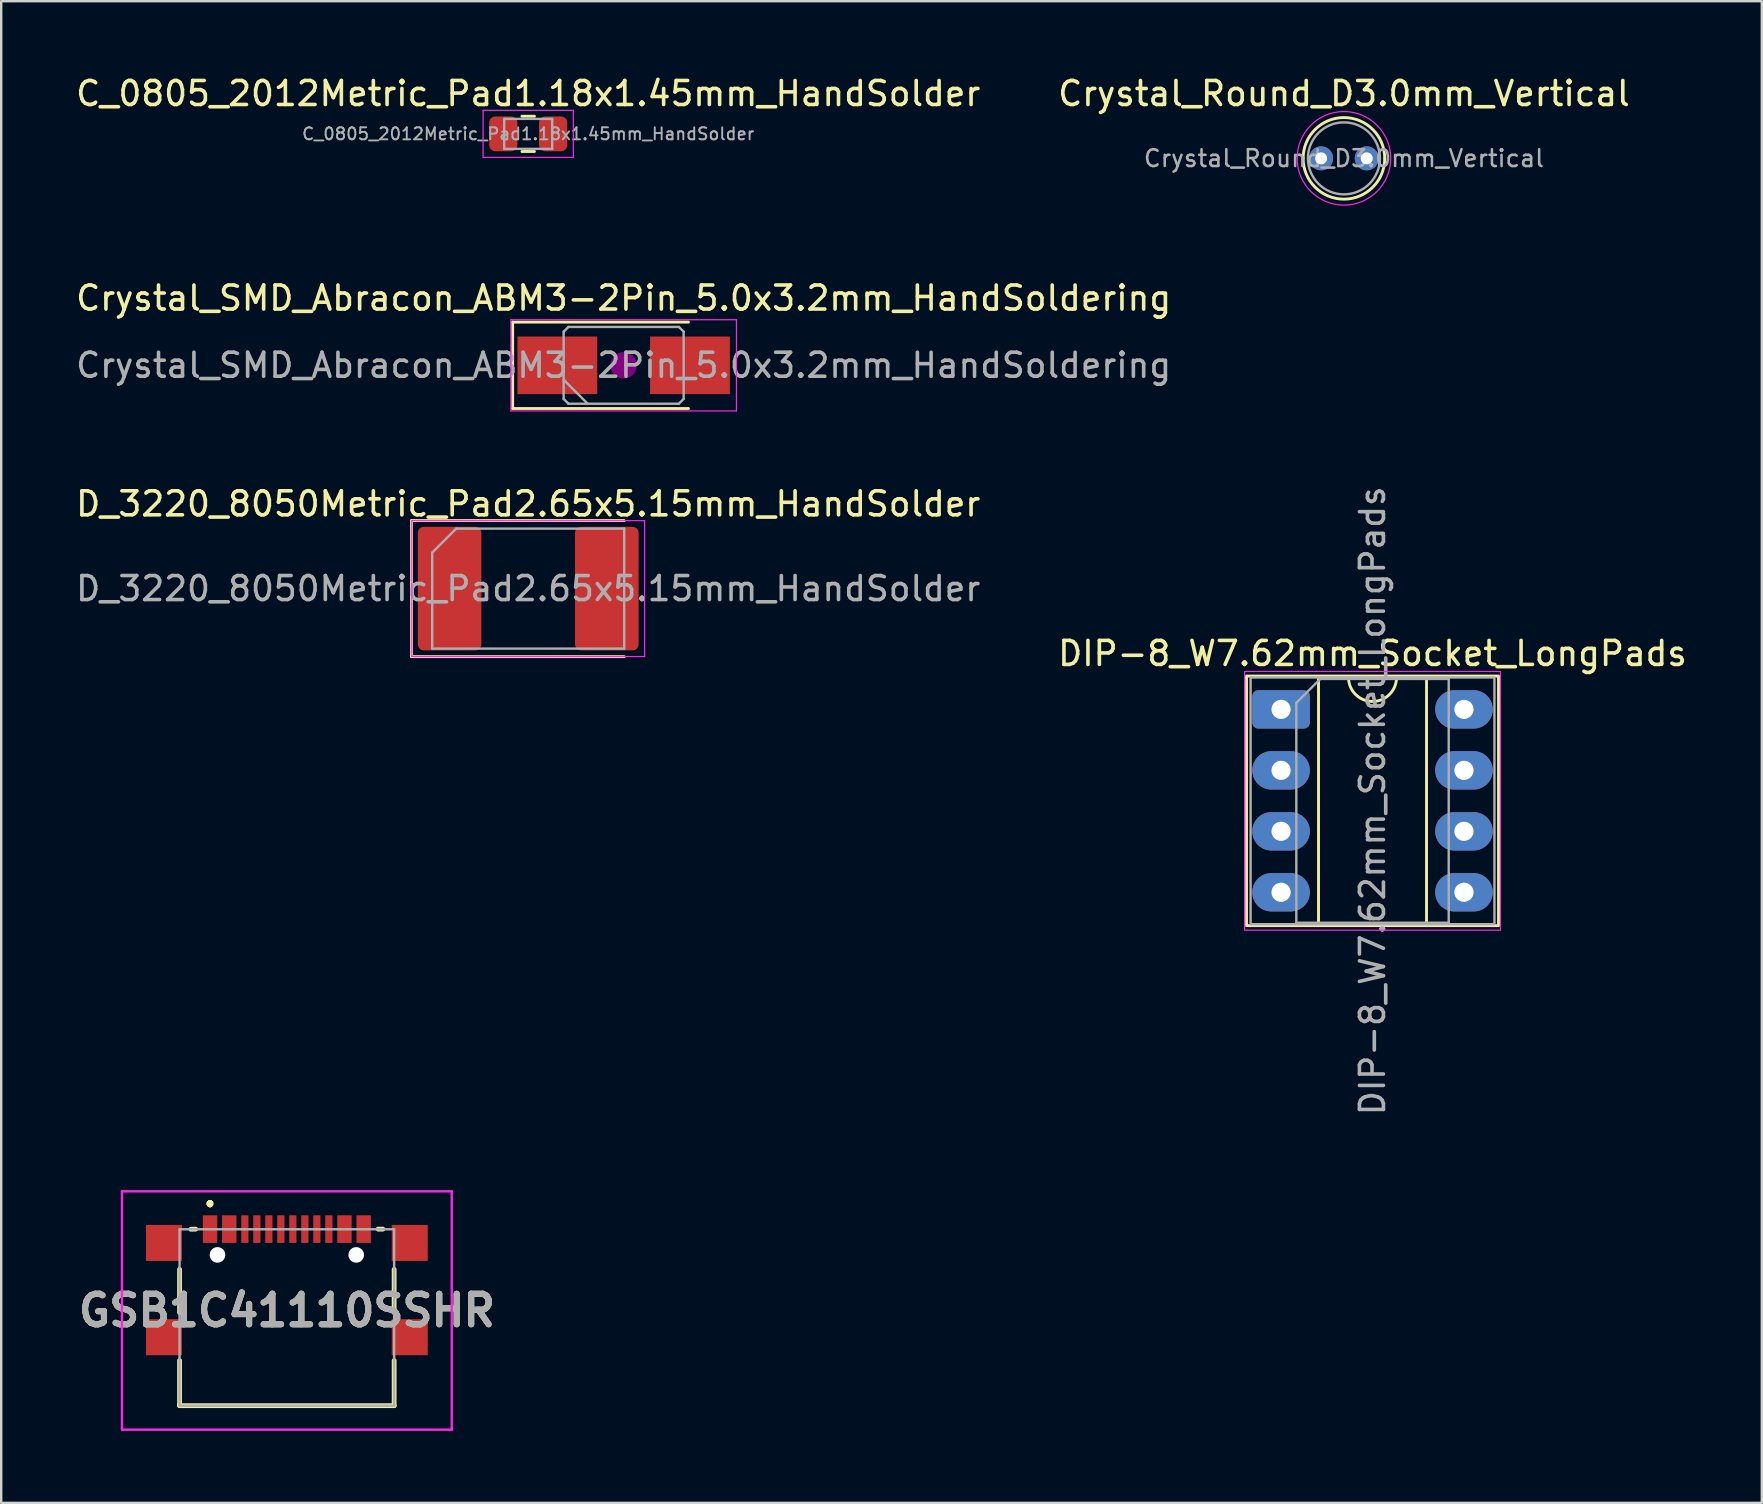
<source format=kicad_pcb>
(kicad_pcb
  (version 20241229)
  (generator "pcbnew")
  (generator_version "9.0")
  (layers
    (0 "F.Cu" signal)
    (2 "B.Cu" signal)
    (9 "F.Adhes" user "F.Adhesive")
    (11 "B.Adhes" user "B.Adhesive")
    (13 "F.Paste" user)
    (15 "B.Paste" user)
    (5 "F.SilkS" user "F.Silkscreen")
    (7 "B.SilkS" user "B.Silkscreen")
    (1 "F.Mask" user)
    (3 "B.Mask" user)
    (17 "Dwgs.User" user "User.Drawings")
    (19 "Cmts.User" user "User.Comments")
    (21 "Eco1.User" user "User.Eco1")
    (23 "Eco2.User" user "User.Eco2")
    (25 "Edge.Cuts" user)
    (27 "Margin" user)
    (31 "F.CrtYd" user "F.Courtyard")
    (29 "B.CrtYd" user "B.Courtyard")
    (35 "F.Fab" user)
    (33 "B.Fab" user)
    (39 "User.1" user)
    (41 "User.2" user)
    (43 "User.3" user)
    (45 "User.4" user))
  (footprint "Crystal_Round_D3.0mm_Vertical"
    (layer "F.Cu")
    (at 51.996 3.548)
    (property "Reference" "Crystal_Round_D3.0mm_Vertical" (at 0.95 -2.7 0) (layer "F.SilkS") (effects (font (size 1 1) (thickness 0.15))))
    (attr through_hole)
    (fp_arc (start -0.75 0) (mid 0.95 -1.7) (end 2.65 0) (stroke (width 0.12) (type solid)) (layer "F.SilkS"))
    (fp_arc (start 2.65 0) (mid 0.95 1.7) (end -0.75 0) (stroke (width 0.12) (type solid)) (layer "F.SilkS"))
    (fp_circle (center 0.95 0) (end 2.9 0) (stroke (width 0.05) (type solid)) (fill no) (layer "F.CrtYd"))
    (fp_circle (center 0.95 0) (end 2.45 0) (stroke (width 0.1) (type solid)) (fill no) (layer "F.Fab"))
    (fp_text user "${REFERENCE}" (at 0.95 0 0) (layer "F.Fab") (effects (font (size 0.7 0.7) (thickness 0.105))))
    (pad "1" thru_hole circle (at 0 0) (size 1 1) (drill 0.5) (layers "*.Cu" "*.Mask"))
    (pad "2" thru_hole circle (at 1.9 0) (size 1 1) (drill 0.5) (layers "*.Cu" "*.Mask")))
  (footprint "GSB1C41110SSHR"
    (layer "F.Cu")
    (at 8.902 51.552)
    (property "Reference" "GSB1C41110SSHR" (at 0 0 180) (layer "F.SilkS") (effects (font (size 1.27 1.27) (thickness 0.254))))
    (attr through_hole)
    (fp_line (start -4.47 -1.712) (end -4.47 0.088) (stroke (width 0.2) (type solid)) (layer "F.SilkS"))
    (fp_line (start -4.47 2.088) (end -4.47 3.965) (stroke (width 0.2) (type solid)) (layer "F.SilkS"))
    (fp_line (start -4.47 3.965) (end 4.47 3.965) (stroke (width 0.2) (type solid)) (layer "F.SilkS"))
    (fp_line (start -4 -3.385) (end -3.8 -3.39) (stroke (width 0.2) (type solid)) (layer "F.SilkS"))
    (fp_line (start -3.2 -4.5) (end -3.2 -4.5) (stroke (width 0.2) (type solid)) (layer "F.SilkS"))
    (fp_line (start -3.2 -4.5) (end -3.2 -4.5) (stroke (width 0.2) (type solid)) (layer "F.SilkS"))
    (fp_line (start -3.2 -4.4) (end -3.2 -4.4) (stroke (width 0.2) (type solid)) (layer "F.SilkS"))
    (fp_line (start 3.8 -3.39) (end 4 -3.39) (stroke (width 0.2) (type solid)) (layer "F.SilkS"))
    (fp_line (start 4.47 0.088) (end 4.47 -1.712) (stroke (width 0.2) (type solid)) (layer "F.SilkS"))
    (fp_line (start 4.47 3.965) (end 4.47 2.088) (stroke (width 0.2) (type solid)) (layer "F.SilkS"))
    (fp_arc (start -3.2 -4.5) (mid -3.15 -4.45) (end -3.2 -4.4) (stroke (width 0.2) (type solid)) (layer "F.SilkS"))
    (fp_arc (start -3.2 -4.4) (mid -3.25 -4.45) (end -3.2 -4.5) (stroke (width 0.2) (type solid)) (layer "F.SilkS"))
    (fp_arc (start -3.2 -4.4) (mid -3.25 -4.45) (end -3.2 -4.5) (stroke (width 0.2) (type solid)) (layer "F.SilkS"))
    (fp_line (start -6.87 -4.965) (end 6.87 -4.965) (stroke (width 0.1) (type solid)) (layer "F.CrtYd"))
    (fp_line (start -6.87 4.965) (end -6.87 -4.965) (stroke (width 0.1) (type solid)) (layer "F.CrtYd"))
    (fp_line (start 6.87 -4.965) (end 6.87 4.965) (stroke (width 0.1) (type solid)) (layer "F.CrtYd"))
    (fp_line (start 6.87 4.965) (end -6.87 4.965) (stroke (width 0.1) (type solid)) (layer "F.CrtYd"))
    (fp_line (start -4.47 -3.385) (end -4.47 3.965) (stroke (width 0.1) (type solid)) (layer "F.Fab"))
    (fp_line (start -4.47 3.965) (end 4.47 3.965) (stroke (width 0.1) (type solid)) (layer "F.Fab"))
    (fp_line (start 4.47 -3.385) (end -4.47 -3.385) (stroke (width 0.1) (type solid)) (layer "F.Fab"))
    (fp_line (start 4.47 3.965) (end 4.47 -3.385) (stroke (width 0.1) (type solid)) (layer "F.Fab"))
    (fp_text user "${REFERENCE}" (at 0 0 180) (layer "F.Fab") (effects (font (size 1.27 1.27) (thickness 0.254))))
    (pad "" np_thru_hole circle (at -2.89 -2.315) (size 0.65 0.65) (drill 0.65) (layers "*.Cu" "*.Mask"))
    (pad "" np_thru_hole circle (at 2.89 -2.315) (size 0.65 0.65) (drill 0.65) (layers "*.Cu" "*.Mask"))
    (pad "A1" smd rect (at -3.2 -3.39) (size 0.6 1.15) (layers "F.Cu" "F.Mask" "F.Paste"))
    (pad "A4" smd rect (at -2.4 -3.39) (size 0.6 1.15) (layers "F.Cu" "F.Mask" "F.Paste"))
    (pad "A5" smd rect (at -1.25 -3.39) (size 0.3 1.15) (layers "F.Cu" "F.Mask" "F.Paste"))
    (pad "A6" smd rect (at -0.25 -3.39) (size 0.3 1.15) (layers "F.Cu" "F.Mask" "F.Paste"))
    (pad "A7" smd rect (at 0.25 -3.39) (size 0.3 1.15) (layers "F.Cu" "F.Mask" "F.Paste"))
    (pad "A8" smd rect (at 1.25 -3.39) (size 0.3 1.15) (layers "F.Cu" "F.Mask" "F.Paste"))
    (pad "A9" smd rect (at 2.4 -3.39) (size 0.6 1.15) (layers "F.Cu" "F.Mask" "F.Paste"))
    (pad "A12" smd rect (at 3.2 -3.39) (size 0.6 1.15) (layers "F.Cu" "F.Mask" "F.Paste"))
    (pad "B5" smd rect (at 1.75 -3.39) (size 0.3 1.15) (layers "F.Cu" "F.Mask" "F.Paste"))
    (pad "B6" smd rect (at 0.75 -3.39) (size 0.3 1.15) (layers "F.Cu" "F.Mask" "F.Paste"))
    (pad "B7" smd rect (at -0.75 -3.39) (size 0.3 1.15) (layers "F.Cu" "F.Mask" "F.Paste"))
    (pad "B8" smd rect (at -1.75 -3.39) (size 0.3 1.15) (layers "F.Cu" "F.Mask" "F.Paste"))
    (pad "MP1" smd rect (at -5.12 -2.815 90) (size 1.5 1.5) (layers "F.Cu" "F.Mask" "F.Paste"))
    (pad "MP2" smd rect (at 5.12 -2.815 90) (size 1.5 1.5) (layers "F.Cu" "F.Mask" "F.Paste"))
    (pad "MP3" smd rect (at -5.12 1.115 90) (size 1.5 1.5) (layers "F.Cu" "F.Mask" "F.Paste"))
    (pad "MP4" smd rect (at 5.12 1.115 90) (size 1.5 1.5) (layers "F.Cu" "F.Mask" "F.Paste")))
  (footprint "D_3220_8050Metric_Pad2.65x5.15mm_HandSolder"
    (layer "F.Cu")
    (at 18.958 21.475)
    (property "Reference" "D_3220_8050Metric_Pad2.65x5.15mm_HandSolder" (at 0 -3.53 0) (layer "F.SilkS") (effects (font (size 1 1) (thickness 0.15))))
    (attr smd)
    (fp_line (start -4.86 -2.835) (end -4.86 2.835) (stroke (width 0.12) (type solid)) (layer "F.SilkS"))
    (fp_line (start -4.86 2.835) (end 4 2.835) (stroke (width 0.12) (type solid)) (layer "F.SilkS"))
    (fp_line (start 4 -2.835) (end -4.86 -2.835) (stroke (width 0.12) (type solid)) (layer "F.SilkS"))
    (fp_line (start -4.85 -2.83) (end 4.85 -2.83) (stroke (width 0.05) (type solid)) (layer "F.CrtYd"))
    (fp_line (start -4.85 2.83) (end -4.85 -2.83) (stroke (width 0.05) (type solid)) (layer "F.CrtYd"))
    (fp_line (start 4.85 -2.83) (end 4.85 2.83) (stroke (width 0.05) (type solid)) (layer "F.CrtYd"))
    (fp_line (start 4.85 2.83) (end -4.85 2.83) (stroke (width 0.05) (type solid)) (layer "F.CrtYd"))
    (fp_line (start -4 -1.5) (end -4 2.5) (stroke (width 0.1) (type solid)) (layer "F.Fab"))
    (fp_line (start -4 2.5) (end 4 2.5) (stroke (width 0.1) (type solid)) (layer "F.Fab"))
    (fp_line (start -3 -2.5) (end -4 -1.5) (stroke (width 0.1) (type solid)) (layer "F.Fab"))
    (fp_line (start 4 -2.5) (end -3 -2.5) (stroke (width 0.1) (type solid)) (layer "F.Fab"))
    (fp_line (start 4 2.5) (end 4 -2.5) (stroke (width 0.1) (type solid)) (layer "F.Fab"))
    (fp_text user "${REFERENCE}" (at 0 0 0) (layer "F.Fab") (effects (font (size 1 1) (thickness 0.15))))
    (pad "1" smd roundrect (at -3.275 0) (size 2.65 5.15) (layers "F.Cu" "F.Mask" "F.Paste") (roundrect_rratio 0.094))
    (pad "2" smd roundrect (at 3.275 0) (size 2.65 5.15) (layers "F.Cu" "F.Mask" "F.Paste") (roundrect_rratio 0.094)))
  (footprint "Crystal_SMD_Abracon_ABM3-2Pin_5.0x3.2mm_HandSoldering"
    (layer "F.Cu")
    (at 22.935 12.171)
    (property "Reference" "Crystal_SMD_Abracon_ABM3-2Pin_5.0x3.2mm_HandSoldering" (at 0 -2.8 180) (layer "F.SilkS") (effects (font (size 1 1) (thickness 0.15))))
    (attr smd)
    (fp_line (start -4.625 -1.8) (end -4.625 1.8) (stroke (width 0.12) (type solid)) (layer "F.SilkS"))
    (fp_line (start -4.625 1.8) (end 2.7 1.8) (stroke (width 0.12) (type solid)) (layer "F.SilkS"))
    (fp_line (start 2.7 -1.8) (end -4.625 -1.8) (stroke (width 0.12) (type solid)) (layer "F.SilkS"))
    (fp_circle (center 0 0) (end 0.117 0) (stroke (width 0.233) (type solid)) (fill no) (layer "F.Adhes"))
    (fp_circle (center 0 0) (end 0.267 0) (stroke (width 0.167) (type solid)) (fill no) (layer "F.Adhes"))
    (fp_circle (center 0 0) (end 0.417 0) (stroke (width 0.167) (type solid)) (fill no) (layer "F.Adhes"))
    (fp_circle (center 0 0) (end 0.5 0) (stroke (width 0.1) (type solid)) (fill no) (layer "F.Adhes"))
    (fp_line (start -4.7 -1.9) (end -4.7 1.9) (stroke (width 0.05) (type solid)) (layer "F.CrtYd"))
    (fp_line (start -4.7 1.9) (end 4.7 1.9) (stroke (width 0.05) (type solid)) (layer "F.CrtYd"))
    (fp_line (start 4.7 -1.9) (end -4.7 -1.9) (stroke (width 0.05) (type solid)) (layer "F.CrtYd"))
    (fp_line (start 4.7 1.9) (end 4.7 -1.9) (stroke (width 0.05) (type solid)) (layer "F.CrtYd"))
    (fp_line (start -2.5 -1.4) (end -2.3 -1.6) (stroke (width 0.1) (type solid)) (layer "F.Fab"))
    (fp_line (start -2.5 0.6) (end -1.5 1.6) (stroke (width 0.1) (type solid)) (layer "F.Fab"))
    (fp_line (start -2.5 1.4) (end -2.5 -1.4) (stroke (width 0.1) (type solid)) (layer "F.Fab"))
    (fp_line (start -2.3 -1.6) (end 2.3 -1.6) (stroke (width 0.1) (type solid)) (layer "F.Fab"))
    (fp_line (start -2.3 1.6) (end -2.5 1.4) (stroke (width 0.1) (type solid)) (layer "F.Fab"))
    (fp_line (start 2.3 -1.6) (end 2.5 -1.4) (stroke (width 0.1) (type solid)) (layer "F.Fab"))
    (fp_line (start 2.3 1.6) (end -2.3 1.6) (stroke (width 0.1) (type solid)) (layer "F.Fab"))
    (fp_line (start 2.5 -1.4) (end 2.5 1.4) (stroke (width 0.1) (type solid)) (layer "F.Fab"))
    (fp_line (start 2.5 1.4) (end 2.3 1.6) (stroke (width 0.1) (type solid)) (layer "F.Fab"))
    (fp_text user "${REFERENCE}" (at 0 0 180) (layer "F.Fab") (effects (font (size 1 1) (thickness 0.15))))
    (pad "1" smd rect (at -2.763 0) (size 3.325 2.4) (layers "F.Cu" "F.Mask" "F.Paste"))
    (pad "2" smd rect (at 2.763 0) (size 3.325 2.4) (layers "F.Cu" "F.Mask" "F.Paste")))
  (footprint "C_0805_2012Metric_Pad1.18x1.45mm_HandSolder"
    (layer "F.Cu")
    (at 18.958 2.528)
    (property "Reference" "C_0805_2012Metric_Pad1.18x1.45mm_HandSolder" (at 0 -1.68 180) (layer "F.SilkS") (effects (font (size 1 1) (thickness 0.15))))
    (attr smd)
    (fp_line (start -0.261 -0.735) (end 0.261 -0.735) (stroke (width 0.12) (type solid)) (layer "F.SilkS"))
    (fp_line (start -0.261 0.735) (end 0.261 0.735) (stroke (width 0.12) (type solid)) (layer "F.SilkS"))
    (fp_line (start -1.88 -0.98) (end 1.88 -0.98) (stroke (width 0.05) (type solid)) (layer "F.CrtYd"))
    (fp_line (start -1.88 0.98) (end -1.88 -0.98) (stroke (width 0.05) (type solid)) (layer "F.CrtYd"))
    (fp_line (start 1.88 -0.98) (end 1.88 0.98) (stroke (width 0.05) (type solid)) (layer "F.CrtYd"))
    (fp_line (start 1.88 0.98) (end -1.88 0.98) (stroke (width 0.05) (type solid)) (layer "F.CrtYd"))
    (fp_line (start -1 -0.625) (end 1 -0.625) (stroke (width 0.1) (type solid)) (layer "F.Fab"))
    (fp_line (start -1 0.625) (end -1 -0.625) (stroke (width 0.1) (type solid)) (layer "F.Fab"))
    (fp_line (start 1 -0.625) (end 1 0.625) (stroke (width 0.1) (type solid)) (layer "F.Fab"))
    (fp_line (start 1 0.625) (end -1 0.625) (stroke (width 0.1) (type solid)) (layer "F.Fab"))
    (fp_text user "${REFERENCE}" (at 0 0 180) (layer "F.Fab") (effects (font (size 0.5 0.5) (thickness 0.08))))
    (pad "1" smd roundrect (at -1.038 0) (size 1.175 1.45) (layers "F.Cu" "F.Mask" "F.Paste") (roundrect_rratio 0.213))
    (pad "2" smd roundrect (at 1.038 0) (size 1.175 1.45) (layers "F.Cu" "F.Mask" "F.Paste") (roundrect_rratio 0.213)))
  (footprint "DIP-8_W7.62mm_Socket_LongPads"
    (layer "F.Cu")
    (at 50.327 26.507)
    (property "Reference" "DIP-8_W7.62mm_Socket_LongPads" (at 3.81 -2.33 0) (layer "F.SilkS") (effects (font (size 1 1) (thickness 0.15))))
    (attr through_hole)
    (fp_line (start 1.56 -1.33) (end 1.56 8.95) (stroke (width 0.12) (type solid)) (layer "F.SilkS"))
    (fp_line (start 1.56 8.95) (end 6.06 8.95) (stroke (width 0.12) (type solid)) (layer "F.SilkS"))
    (fp_line (start 2.81 -1.33) (end 1.56 -1.33) (stroke (width 0.12) (type solid)) (layer "F.SilkS"))
    (fp_line (start 6.06 -1.33) (end 4.81 -1.33) (stroke (width 0.12) (type solid)) (layer "F.SilkS"))
    (fp_line (start 6.06 8.95) (end 6.06 -1.33) (stroke (width 0.12) (type solid)) (layer "F.SilkS"))
    (fp_rect (start -1.44 -1.39) (end 9.06 9.01) (stroke (width 0.12) (type solid)) (fill no) (layer "F.SilkS"))
    (fp_arc (start 4.81 -1.33) (mid 3.81 -0.33) (end 2.81 -1.33) (stroke (width 0.12) (type solid)) (layer "F.SilkS"))
    (fp_rect (start -1.52 -1.58) (end 9.14 9.2) (stroke (width 0.05) (type solid)) (fill no) (layer "F.CrtYd"))
    (fp_line (start 0.635 -0.27) (end 1.635 -1.27) (stroke (width 0.1) (type solid)) (layer "F.Fab"))
    (fp_line (start 0.635 8.89) (end 0.635 -0.27) (stroke (width 0.1) (type solid)) (layer "F.Fab"))
    (fp_line (start 1.635 -1.27) (end 6.985 -1.27) (stroke (width 0.1) (type solid)) (layer "F.Fab"))
    (fp_line (start 6.985 -1.27) (end 6.985 8.89) (stroke (width 0.1) (type solid)) (layer "F.Fab"))
    (fp_line (start 6.985 8.89) (end 0.635 8.89) (stroke (width 0.1) (type solid)) (layer "F.Fab"))
    (fp_rect (start -1.27 -1.33) (end 8.89 8.95) (stroke (width 0.1) (type solid)) (fill no) (layer "F.Fab"))
    (fp_text user "${REFERENCE}" (at 3.81 3.81 90) (layer "F.Fab") (effects (font (size 1 1) (thickness 0.15))))
    (pad "1" thru_hole roundrect (at 0 0) (size 2.4 1.6) (drill 0.8) (layers "*.Cu" "*.Mask") (roundrect_rratio 0.156))
    (pad "2" thru_hole oval (at 0 2.54) (size 2.4 1.6) (drill 0.8) (layers "*.Cu" "*.Mask"))
    (pad "3" thru_hole oval (at 0 5.08) (size 2.4 1.6) (drill 0.8) (layers "*.Cu" "*.Mask"))
    (pad "4" thru_hole oval (at 0 7.62) (size 2.4 1.6) (drill 0.8) (layers "*.Cu" "*.Mask"))
    (pad "5" thru_hole oval (at 7.62 7.62) (size 2.4 1.6) (drill 0.8) (layers "*.Cu" "*.Mask"))
    (pad "6" thru_hole oval (at 7.62 5.08) (size 2.4 1.6) (drill 0.8) (layers "*.Cu" "*.Mask"))
    (pad "7" thru_hole oval (at 7.62 2.54) (size 2.4 1.6) (drill 0.8) (layers "*.Cu" "*.Mask"))
    (pad "8" thru_hole oval (at 7.62 0) (size 2.4 1.6) (drill 0.8) (layers "*.Cu" "*.Mask")))
  (gr_rect
    (start -3 -3)
    (end 70.357 59.567)
    (stroke (width 0.1) (type default))
    (fill no)
    (layer "Edge.Cuts")))
</source>
